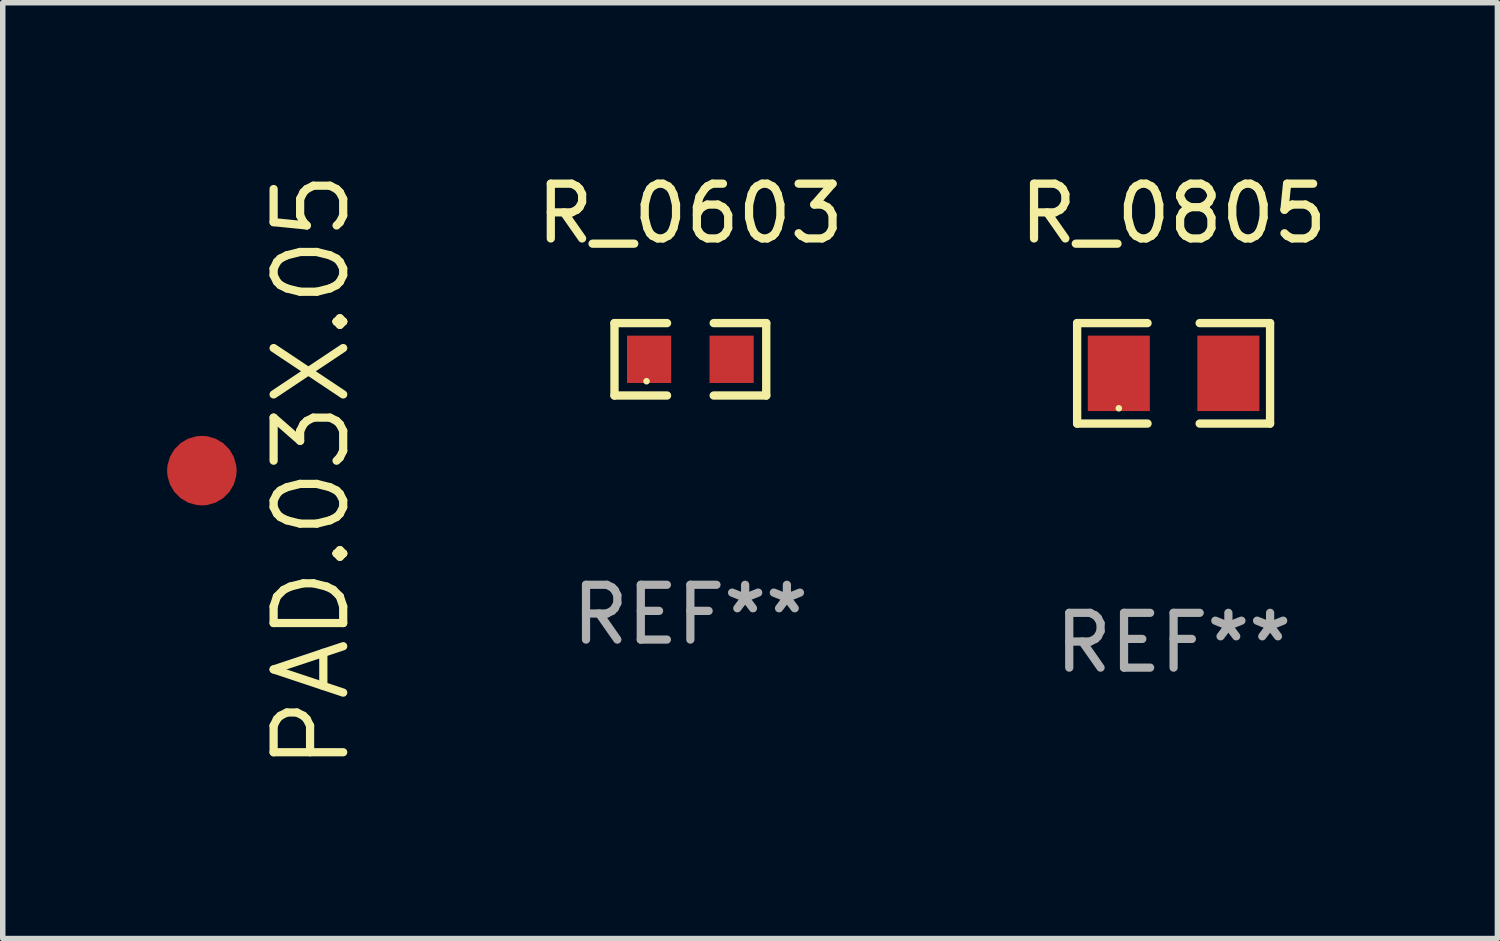
<source format=kicad_pcb>
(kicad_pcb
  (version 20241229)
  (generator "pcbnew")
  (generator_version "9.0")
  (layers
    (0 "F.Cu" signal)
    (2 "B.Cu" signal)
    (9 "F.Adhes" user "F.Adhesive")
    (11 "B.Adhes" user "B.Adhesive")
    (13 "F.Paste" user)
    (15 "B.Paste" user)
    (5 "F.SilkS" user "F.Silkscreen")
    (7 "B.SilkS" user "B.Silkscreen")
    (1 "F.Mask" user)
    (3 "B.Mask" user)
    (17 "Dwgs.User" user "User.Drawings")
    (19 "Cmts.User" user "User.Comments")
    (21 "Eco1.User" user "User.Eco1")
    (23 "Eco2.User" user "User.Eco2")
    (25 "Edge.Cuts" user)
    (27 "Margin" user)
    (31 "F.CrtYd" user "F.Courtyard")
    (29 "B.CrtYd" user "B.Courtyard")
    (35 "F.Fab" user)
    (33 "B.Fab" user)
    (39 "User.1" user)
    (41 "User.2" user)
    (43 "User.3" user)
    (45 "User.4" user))
  (footprint "PAD.03X.05"
    (layer "F.Cu")
    (at 0.635 5.541)
    (property "Reference" "PAD.03X.05" (at 2 0 90) (layer "F.SilkS") (effects (font (size 1.27 1.27) (thickness 0.15))))
    (pad "1" smd roundrect (at 0 0) (size 1.27 1.27) (layers "F.Cu" "F.Mask") (roundrect_rratio 0.5)))
  (footprint "R_0805"
    (layer "F.Cu")
    (at 18.373 3.765)
    (property "Reference" "R_0805" (at 0 -2.917 0) (layer "F.SilkS") (effects (font (size 1 1) (thickness 0.15))))
    (attr smd)
    (fp_line (start -1.761 -0.917) (end -0.476 -0.917) (stroke (width 0.152) (type solid)) (layer "F.SilkS"))
    (fp_line (start -1.761 0.917) (end -1.761 -0.917) (stroke (width 0.152) (type solid)) (layer "F.SilkS"))
    (fp_line (start -0.476 0.917) (end -1.761 0.917) (stroke (width 0.152) (type solid)) (layer "F.SilkS"))
    (fp_line (start 0.476 0.917) (end 1.761 0.917) (stroke (width 0.152) (type solid)) (layer "F.SilkS"))
    (fp_line (start 1.761 -0.917) (end 0.476 -0.917) (stroke (width 0.152) (type solid)) (layer "F.SilkS"))
    (fp_line (start 1.761 0.917) (end 1.761 -0.917) (stroke (width 0.152) (type solid)) (layer "F.SilkS"))
    (fp_circle (center -1 0.638) (end -0.97 0.638) (stroke (width 0.06) (type solid)) (fill no) (layer "F.SilkS"))
    (fp_text user "REF**" (at 0 4.917 0) (layer "F.Fab") (effects (font (size 1 1) (thickness 0.15))))
    (pad "1" smd rect (at -1 0) (size 1.133 1.377) (layers "F.Cu" "F.Mask" "F.Paste"))
    (pad "2" smd rect (at 1 0) (size 1.133 1.377) (layers "F.Cu" "F.Mask" "F.Paste")))
  (footprint "R_0603"
    (layer "F.Cu")
    (at 9.552 3.509)
    (property "Reference" "R_0603" (at 0 -2.661 0) (layer "F.SilkS") (effects (font (size 1 1) (thickness 0.15))))
    (attr smd)
    (fp_line (start -1.385 -0.661) (end -0.426 -0.661) (stroke (width 0.152) (type solid)) (layer "F.SilkS"))
    (fp_line (start -1.385 0.661) (end -1.385 -0.661) (stroke (width 0.152) (type solid)) (layer "F.SilkS"))
    (fp_line (start -0.426 0.661) (end -1.385 0.661) (stroke (width 0.152) (type solid)) (layer "F.SilkS"))
    (fp_line (start 0.426 0.661) (end 1.385 0.661) (stroke (width 0.152) (type solid)) (layer "F.SilkS"))
    (fp_line (start 1.385 -0.661) (end 0.426 -0.661) (stroke (width 0.152) (type solid)) (layer "F.SilkS"))
    (fp_line (start 1.385 0.661) (end 1.385 -0.661) (stroke (width 0.152) (type solid)) (layer "F.SilkS"))
    (fp_circle (center -0.8 0.4) (end -0.77 0.4) (stroke (width 0.06) (type solid)) (fill no) (layer "F.SilkS"))
    (fp_text user "REF**" (at 0 4.661 0) (layer "F.Fab") (effects (font (size 1 1) (thickness 0.15))))
    (pad "1" smd rect (at -0.753 0) (size 0.806 0.864) (layers "F.Cu" "F.Mask" "F.Paste"))
    (pad "2" smd rect (at 0.753 0) (size 0.806 0.864) (layers "F.Cu" "F.Mask" "F.Paste")))
  (gr_rect
    (start -3 -3)
    (end 24.284 14.082)
    (stroke (width 0.1) (type default))
    (fill no)
    (layer "Edge.Cuts")))
</source>
